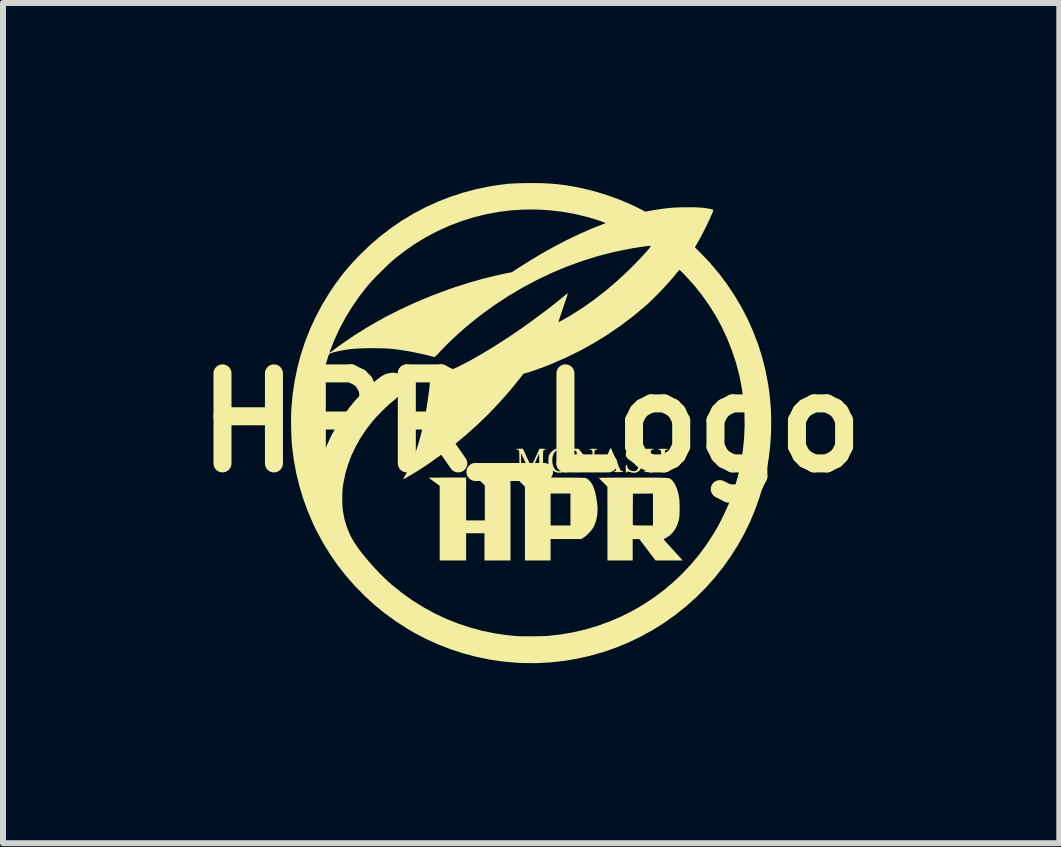
<source format=kicad_pcb>
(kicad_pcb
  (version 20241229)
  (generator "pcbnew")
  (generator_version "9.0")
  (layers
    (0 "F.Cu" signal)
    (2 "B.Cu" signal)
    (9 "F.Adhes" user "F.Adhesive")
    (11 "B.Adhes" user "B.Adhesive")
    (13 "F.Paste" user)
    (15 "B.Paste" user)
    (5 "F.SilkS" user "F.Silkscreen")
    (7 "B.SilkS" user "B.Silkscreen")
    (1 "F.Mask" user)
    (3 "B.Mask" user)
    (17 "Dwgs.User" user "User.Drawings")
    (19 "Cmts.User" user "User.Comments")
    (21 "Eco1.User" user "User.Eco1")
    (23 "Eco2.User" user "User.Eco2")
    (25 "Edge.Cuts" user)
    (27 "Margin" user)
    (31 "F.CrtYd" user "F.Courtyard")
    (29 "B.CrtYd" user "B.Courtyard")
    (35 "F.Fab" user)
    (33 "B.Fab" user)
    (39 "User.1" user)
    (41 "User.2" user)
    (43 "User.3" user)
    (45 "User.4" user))
  (footprint "HPR_Logo"
    (layer "F.Cu")
    (at 5.8 3.993)
    (property "Reference" "HPR_Logo" (at 0 0 0) (layer "F.SilkS") (effects (font (size 1.5 1.5) (thickness 0.3))))
    (attr board_only exclude_from_pos_files exclude_from_bom)
    (fp_poly (pts (xy -1.083 1.271) (xy -1.083 1.628) (xy -0.927 1.628) (xy -0.772 1.628) (xy -0.772 1.338) (xy -0.772 1.047) (xy -0.838 0.981) (xy -0.904 0.914) (xy -0.624 0.914) (xy -0.344 0.914) (xy -0.344 1.605) (xy -0.344 2.296) (xy -0.561 2.296) (xy -0.778 2.296) (xy -0.778 2.069) (xy -0.778 1.842) (xy -0.931 1.842) (xy -1.083 1.842) (xy -1.083 2.069) (xy -1.083 2.296) (xy -1.303 2.296) (xy -1.524 2.296) (xy -1.524 1.673) (xy -1.524 1.051) (xy -1.615 0.986) (xy -1.644 0.964) (xy -1.67 0.945) (xy -1.69 0.93) (xy -1.702 0.92) (xy -1.705 0.917) (xy -1.699 0.917) (xy -1.681 0.916) (xy -1.653 0.916) (xy -1.615 0.915) (xy -1.569 0.915) (xy -1.517 0.915) (xy -1.459 0.914) (xy -1.397 0.914) (xy -1.394 0.914) (xy -1.083 0.914)) (stroke (width 0) (type solid)) (fill yes) (layer "F.SilkS"))
    (fp_poly (pts (xy 0.53 0.432) (xy 0.571 0.45) (xy 0.608 0.478) (xy 0.635 0.51) (xy 0.652 0.543) (xy 0.662 0.58) (xy 0.665 0.626) (xy 0.664 0.657) (xy 0.662 0.68) (xy 0.657 0.699) (xy 0.648 0.719) (xy 0.648 0.72) (xy 0.623 0.76) (xy 0.59 0.794) (xy 0.555 0.817) (xy 0.524 0.827) (xy 0.488 0.833) (xy 0.451 0.833) (xy 0.425 0.83) (xy 0.387 0.814) (xy 0.352 0.789) (xy 0.321 0.756) (xy 0.3 0.718) (xy 0.295 0.706) (xy 0.289 0.677) (xy 0.286 0.642) (xy 0.287 0.611) (xy 0.352 0.611) (xy 0.353 0.657) (xy 0.361 0.701) (xy 0.375 0.741) (xy 0.394 0.773) (xy 0.403 0.783) (xy 0.433 0.802) (xy 0.466 0.81) (xy 0.502 0.807) (xy 0.525 0.798) (xy 0.554 0.778) (xy 0.574 0.751) (xy 0.588 0.716) (xy 0.595 0.672) (xy 0.595 0.62) (xy 0.59 0.565) (xy 0.578 0.522) (xy 0.56 0.488) (xy 0.534 0.465) (xy 0.502 0.452) (xy 0.494 0.45) (xy 0.458 0.449) (xy 0.425 0.46) (xy 0.397 0.483) (xy 0.375 0.515) (xy 0.371 0.524) (xy 0.358 0.565) (xy 0.352 0.611) (xy 0.287 0.611) (xy 0.287 0.605) (xy 0.291 0.571) (xy 0.298 0.543) (xy 0.3 0.537) (xy 0.327 0.496) (xy 0.361 0.464) (xy 0.4 0.441) (xy 0.442 0.428) (xy 0.486 0.424)) (stroke (width 0) (type solid)) (fill yes) (layer "F.SilkS"))
    (fp_poly (pts (xy 0.425 0.914) (xy 0.518 0.915) (xy 0.6 0.915) (xy 0.671 0.915) (xy 0.731 0.916) (xy 0.782 0.916) (xy 0.823 0.917) (xy 0.856 0.918) (xy 0.88 0.919) (xy 0.898 0.92) (xy 0.908 0.922) (xy 0.91 0.922) (xy 0.938 0.936) (xy 0.967 0.96) (xy 0.994 0.992) (xy 1.019 1.029) (xy 1.027 1.045) (xy 1.05 1.102) (xy 1.07 1.171) (xy 1.086 1.25) (xy 1.099 1.337) (xy 1.106 1.408) (xy 1.106 1.477) (xy 1.099 1.548) (xy 1.085 1.619) (xy 1.064 1.685) (xy 1.037 1.744) (xy 1.033 1.751) (xy 1.013 1.781) (xy 0.985 1.814) (xy 0.954 1.848) (xy 0.921 1.879) (xy 0.89 1.904) (xy 0.869 1.918) (xy 0.833 1.939) (xy 0.579 1.939) (xy 0.324 1.939) (xy 0.324 2.117) (xy 0.324 2.296) (xy 0.11 2.296) (xy -0.104 2.296) (xy -0.104 1.681) (xy -0.104 1.18) (xy 0.324 1.18) (xy 0.324 1.446) (xy 0.324 1.712) (xy 0.49 1.712) (xy 0.655 1.712) (xy 0.655 1.446) (xy 0.655 1.18) (xy 0.49 1.18) (xy 0.324 1.18) (xy -0.104 1.18) (xy -0.104 1.066) (xy -0.175 0.995) (xy -0.2 0.971) (xy -0.22 0.949) (xy -0.236 0.932) (xy -0.245 0.922) (xy -0.246 0.919) (xy -0.24 0.919) (xy -0.222 0.918) (xy -0.192 0.917) (xy -0.153 0.917) (xy -0.104 0.916) (xy -0.046 0.916) (xy 0.018 0.915) (xy 0.089 0.915) (xy 0.166 0.915) (xy 0.247 0.914) (xy 0.319 0.914)) (stroke (width 0) (type solid)) (fill yes) (layer "F.SilkS"))
    (fp_poly (pts (xy 1.807 0.428) (xy 1.808 0.444) (xy 1.809 0.468) (xy 1.809 0.493) (xy 1.809 0.521) (xy 1.808 0.545) (xy 1.806 0.56) (xy 1.804 0.564) (xy 1.799 0.558) (xy 1.794 0.544) (xy 1.791 0.533) (xy 1.778 0.503) (xy 1.759 0.479) (xy 1.735 0.463) (xy 1.708 0.453) (xy 1.682 0.451) (xy 1.658 0.458) (xy 1.638 0.475) (xy 1.631 0.485) (xy 1.625 0.505) (xy 1.629 0.523) (xy 1.642 0.542) (xy 1.665 0.562) (xy 1.701 0.585) (xy 1.717 0.594) (xy 1.758 0.618) (xy 1.789 0.639) (xy 1.811 0.658) (xy 1.825 0.677) (xy 1.832 0.698) (xy 1.835 0.721) (xy 1.835 0.728) (xy 1.829 0.761) (xy 1.812 0.79) (xy 1.786 0.813) (xy 1.753 0.829) (xy 1.733 0.834) (xy 1.707 0.835) (xy 1.676 0.83) (xy 1.656 0.825) (xy 1.631 0.818) (xy 1.616 0.815) (xy 1.607 0.816) (xy 1.601 0.819) (xy 1.596 0.824) (xy 1.586 0.832) (xy 1.58 0.832) (xy 1.578 0.824) (xy 1.577 0.806) (xy 1.576 0.782) (xy 1.576 0.764) (xy 1.576 0.733) (xy 1.578 0.713) (xy 1.581 0.703) (xy 1.584 0.7) (xy 1.591 0.706) (xy 1.597 0.721) (xy 1.601 0.73) (xy 1.616 0.763) (xy 1.64 0.788) (xy 1.675 0.804) (xy 1.676 0.804) (xy 1.71 0.808) (xy 1.74 0.802) (xy 1.765 0.786) (xy 1.77 0.78) (xy 1.781 0.759) (xy 1.782 0.738) (xy 1.771 0.717) (xy 1.748 0.694) (xy 1.713 0.669) (xy 1.692 0.657) (xy 1.65 0.631) (xy 1.619 0.608) (xy 1.597 0.587) (xy 1.583 0.566) (xy 1.577 0.544) (xy 1.576 0.528) (xy 1.581 0.493) (xy 1.597 0.465) (xy 1.622 0.443) (xy 1.653 0.429) (xy 1.689 0.425) (xy 1.729 0.43) (xy 1.741 0.434) (xy 1.763 0.441) (xy 1.775 0.444) (xy 1.783 0.442) (xy 1.789 0.437) (xy 1.791 0.434) (xy 1.8 0.425) (xy 1.805 0.421)) (stroke (width 0) (type solid)) (fill yes) (layer "F.SilkS"))
    (fp_poly (pts (xy 1.33 0.426) (xy 1.334 0.433) (xy 1.342 0.451) (xy 1.353 0.477) (xy 1.368 0.511) (xy 1.385 0.55) (xy 1.403 0.594) (xy 1.407 0.603) (xy 1.426 0.648) (xy 1.444 0.689) (xy 1.46 0.726) (xy 1.473 0.756) (xy 1.483 0.777) (xy 1.488 0.789) (xy 1.489 0.79) (xy 1.502 0.802) (xy 1.518 0.808) (xy 1.534 0.813) (xy 1.537 0.816) (xy 1.529 0.82) (xy 1.51 0.822) (xy 1.481 0.823) (xy 1.456 0.824) (xy 1.42 0.823) (xy 1.394 0.821) (xy 1.378 0.819) (xy 1.374 0.815) (xy 1.382 0.811) (xy 1.395 0.808) (xy 1.408 0.804) (xy 1.413 0.798) (xy 1.412 0.784) (xy 1.412 0.78) (xy 1.407 0.759) (xy 1.399 0.734) (xy 1.395 0.725) (xy 1.382 0.694) (xy 1.308 0.694) (xy 1.234 0.694) (xy 1.216 0.74) (xy 1.205 0.769) (xy 1.202 0.789) (xy 1.207 0.801) (xy 1.219 0.808) (xy 1.228 0.809) (xy 1.241 0.813) (xy 1.245 0.817) (xy 1.239 0.82) (xy 1.223 0.822) (xy 1.199 0.823) (xy 1.18 0.824) (xy 1.153 0.823) (xy 1.131 0.822) (xy 1.118 0.819) (xy 1.115 0.818) (xy 1.121 0.812) (xy 1.131 0.808) (xy 1.146 0.8) (xy 1.159 0.786) (xy 1.165 0.776) (xy 1.175 0.755) (xy 1.188 0.726) (xy 1.204 0.69) (xy 1.214 0.668) (xy 1.246 0.668) (xy 1.307 0.668) (xy 1.334 0.668) (xy 1.354 0.667) (xy 1.366 0.665) (xy 1.368 0.664) (xy 1.366 0.656) (xy 1.359 0.64) (xy 1.35 0.618) (xy 1.34 0.593) (xy 1.33 0.569) (xy 1.32 0.548) (xy 1.314 0.534) (xy 1.311 0.529) (xy 1.307 0.534) (xy 1.299 0.548) (xy 1.289 0.57) (xy 1.276 0.597) (xy 1.276 0.597) (xy 1.246 0.668) (xy 1.214 0.668) (xy 1.222 0.649) (xy 1.241 0.605) (xy 1.242 0.603) (xy 1.264 0.551) (xy 1.282 0.51) (xy 1.296 0.478) (xy 1.306 0.455) (xy 1.314 0.439) (xy 1.32 0.43) (xy 1.324 0.425) (xy 1.327 0.424)) (stroke (width 0) (type solid)) (fill yes) (layer "F.SilkS"))
    (fp_poly (pts (xy 0.906 0.577) (xy 1.021 0.719) (xy 1.023 0.598) (xy 1.024 0.55) (xy 1.023 0.513) (xy 1.021 0.486) (xy 1.017 0.468) (xy 1.011 0.456) (xy 1.003 0.45) (xy 0.992 0.448) (xy 0.986 0.447) (xy 0.972 0.446) (xy 0.966 0.441) (xy 0.966 0.441) (xy 0.972 0.438) (xy 0.99 0.436) (xy 1.017 0.435) (xy 1.038 0.434) (xy 1.067 0.435) (xy 1.09 0.436) (xy 1.105 0.438) (xy 1.109 0.441) (xy 1.103 0.445) (xy 1.089 0.448) (xy 1.088 0.449) (xy 1.078 0.45) (xy 1.069 0.454) (xy 1.063 0.46) (xy 1.058 0.472) (xy 1.055 0.489) (xy 1.053 0.514) (xy 1.051 0.547) (xy 1.051 0.59) (xy 1.051 0.644) (xy 1.051 0.657) (xy 1.05 0.702) (xy 1.05 0.744) (xy 1.049 0.779) (xy 1.048 0.806) (xy 1.047 0.824) (xy 1.045 0.83) (xy 1.045 0.83) (xy 1.038 0.826) (xy 1.026 0.815) (xy 1.024 0.812) (xy 1.015 0.802) (xy 1 0.784) (xy 0.979 0.759) (xy 0.954 0.728) (xy 0.926 0.694) (xy 0.905 0.668) (xy 0.876 0.633) (xy 0.85 0.601) (xy 0.827 0.573) (xy 0.809 0.551) (xy 0.798 0.537) (xy 0.793 0.532) (xy 0.79 0.53) (xy 0.788 0.534) (xy 0.787 0.545) (xy 0.786 0.563) (xy 0.785 0.591) (xy 0.785 0.63) (xy 0.785 0.656) (xy 0.785 0.705) (xy 0.785 0.742) (xy 0.787 0.769) (xy 0.79 0.788) (xy 0.795 0.8) (xy 0.802 0.807) (xy 0.811 0.81) (xy 0.823 0.811) (xy 0.824 0.811) (xy 0.837 0.812) (xy 0.843 0.817) (xy 0.837 0.82) (xy 0.819 0.822) (xy 0.792 0.823) (xy 0.772 0.824) (xy 0.742 0.823) (xy 0.719 0.822) (xy 0.704 0.82) (xy 0.7 0.817) (xy 0.706 0.813) (xy 0.72 0.81) (xy 0.721 0.809) (xy 0.732 0.807) (xy 0.741 0.803) (xy 0.748 0.795) (xy 0.752 0.782) (xy 0.755 0.762) (xy 0.757 0.734) (xy 0.758 0.696) (xy 0.759 0.647) (xy 0.759 0.632) (xy 0.759 0.489) (xy 0.741 0.471) (xy 0.723 0.459) (xy 0.703 0.45) (xy 0.702 0.45) (xy 0.685 0.445) (xy 0.681 0.441) (xy 0.688 0.438) (xy 0.706 0.435) (xy 0.733 0.434) (xy 0.735 0.434) (xy 0.79 0.434)) (stroke (width 0) (type solid)) (fill yes) (layer "F.SilkS"))
    (fp_poly (pts (xy 1.798 0.915) (xy 1.888 0.915) (xy 1.965 0.915) (xy 2.033 0.915) (xy 2.09 0.915) (xy 2.139 0.916) (xy 2.18 0.917) (xy 2.214 0.918) (xy 2.241 0.919) (xy 2.263 0.921) (xy 2.281 0.924) (xy 2.295 0.926) (xy 2.305 0.929) (xy 2.314 0.933) (xy 2.322 0.938) (xy 2.329 0.943) (xy 2.336 0.948) (xy 2.337 0.949) (xy 2.364 0.976) (xy 2.39 1.015) (xy 2.414 1.063) (xy 2.435 1.119) (xy 2.452 1.181) (xy 2.462 1.226) (xy 2.467 1.262) (xy 2.471 1.306) (xy 2.473 1.357) (xy 2.474 1.41) (xy 2.474 1.463) (xy 2.473 1.514) (xy 2.47 1.559) (xy 2.466 1.597) (xy 2.461 1.621) (xy 2.436 1.699) (xy 2.403 1.768) (xy 2.362 1.827) (xy 2.313 1.876) (xy 2.257 1.914) (xy 2.246 1.92) (xy 2.225 1.931) (xy 2.213 1.938) (xy 2.21 1.944) (xy 2.212 1.95) (xy 2.216 1.954) (xy 2.223 1.962) (xy 2.238 1.979) (xy 2.259 2.002) (xy 2.285 2.031) (xy 2.316 2.064) (xy 2.349 2.101) (xy 2.364 2.117) (xy 2.398 2.155) (xy 2.43 2.19) (xy 2.458 2.221) (xy 2.482 2.247) (xy 2.499 2.267) (xy 2.51 2.279) (xy 2.512 2.281) (xy 2.525 2.296) (xy 2.298 2.295) (xy 2.072 2.295) (xy 1.937 2.117) (xy 1.802 1.939) (xy 1.747 1.939) (xy 1.692 1.939) (xy 1.692 2.117) (xy 1.692 2.296) (xy 1.482 2.296) (xy 1.271 2.296) (xy 1.271 1.681) (xy 1.271 1.549) (xy 1.694 1.549) (xy 1.694 1.596) (xy 1.694 1.637) (xy 1.694 1.669) (xy 1.695 1.691) (xy 1.695 1.703) (xy 1.695 1.704) (xy 1.7 1.706) (xy 1.71 1.708) (xy 1.729 1.71) (xy 1.757 1.711) (xy 1.795 1.712) (xy 1.844 1.712) (xy 1.864 1.712) (xy 2.03 1.712) (xy 2.03 1.446) (xy 2.03 1.18) (xy 1.863 1.182) (xy 1.696 1.183) (xy 1.694 1.44) (xy 1.694 1.496) (xy 1.694 1.549) (xy 1.271 1.549) (xy 1.271 1.066) (xy 1.2 0.995) (xy 1.175 0.971) (xy 1.154 0.949) (xy 1.139 0.932) (xy 1.13 0.922) (xy 1.128 0.919) (xy 1.135 0.919) (xy 1.153 0.918) (xy 1.183 0.917) (xy 1.222 0.917) (xy 1.271 0.916) (xy 1.328 0.916) (xy 1.393 0.915) (xy 1.464 0.915) (xy 1.541 0.915) (xy 1.622 0.915) (xy 1.697 0.915)) (stroke (width 0) (type solid)) (fill yes) (layer "F.SilkS"))
    (fp_poly (pts (xy 2.234 0.435) (xy 2.261 0.436) (xy 2.278 0.438) (xy 2.283 0.441) (xy 2.277 0.446) (xy 2.268 0.447) (xy 2.25 0.451) (xy 2.24 0.457) (xy 2.236 0.46) (xy 2.233 0.466) (xy 2.231 0.475) (xy 2.229 0.489) (xy 2.228 0.509) (xy 2.227 0.538) (xy 2.226 0.577) (xy 2.226 0.62) (xy 2.225 0.674) (xy 2.225 0.717) (xy 2.226 0.749) (xy 2.229 0.773) (xy 2.232 0.789) (xy 2.237 0.799) (xy 2.245 0.805) (xy 2.254 0.808) (xy 2.262 0.809) (xy 2.276 0.812) (xy 2.283 0.817) (xy 2.283 0.817) (xy 2.276 0.82) (xy 2.259 0.822) (xy 2.234 0.823) (xy 2.202 0.824) (xy 2.198 0.824) (xy 2.162 0.823) (xy 2.135 0.822) (xy 2.119 0.82) (xy 2.114 0.817) (xy 2.119 0.812) (xy 2.127 0.811) (xy 2.144 0.807) (xy 2.153 0.804) (xy 2.159 0.8) (xy 2.162 0.793) (xy 2.164 0.782) (xy 2.165 0.763) (xy 2.166 0.734) (xy 2.166 0.716) (xy 2.166 0.635) (xy 2.078 0.635) (xy 1.991 0.635) (xy 1.991 0.712) (xy 1.991 0.75) (xy 1.994 0.777) (xy 1.999 0.795) (xy 2.007 0.805) (xy 2.019 0.81) (xy 2.032 0.811) (xy 2.045 0.813) (xy 2.049 0.817) (xy 2.043 0.82) (xy 2.025 0.822) (xy 1.997 0.823) (xy 1.962 0.824) (xy 1.925 0.823) (xy 1.897 0.822) (xy 1.88 0.82) (xy 1.874 0.817) (xy 1.88 0.812) (xy 1.893 0.811) (xy 1.905 0.81) (xy 1.914 0.807) (xy 1.921 0.8) (xy 1.925 0.788) (xy 1.929 0.769) (xy 1.931 0.743) (xy 1.932 0.707) (xy 1.932 0.66) (xy 1.932 0.629) (xy 1.932 0.576) (xy 1.932 0.534) (xy 1.93 0.502) (xy 1.928 0.479) (xy 1.923 0.464) (xy 1.918 0.454) (xy 1.91 0.449) (xy 1.9 0.448) (xy 1.893 0.447) (xy 1.88 0.446) (xy 1.874 0.441) (xy 1.88 0.438) (xy 1.898 0.436) (xy 1.927 0.435) (xy 1.962 0.434) (xy 1.999 0.435) (xy 2.026 0.436) (xy 2.044 0.438) (xy 2.049 0.441) (xy 2.044 0.446) (xy 2.031 0.447) (xy 2.015 0.449) (xy 2.004 0.456) (xy 1.997 0.469) (xy 1.993 0.491) (xy 1.991 0.523) (xy 1.991 0.544) (xy 1.991 0.616) (xy 2.078 0.616) (xy 2.166 0.616) (xy 2.166 0.542) (xy 2.166 0.51) (xy 2.165 0.487) (xy 2.162 0.473) (xy 2.159 0.464) (xy 2.154 0.458) (xy 2.139 0.45) (xy 2.128 0.447) (xy 2.117 0.445) (xy 2.114 0.441) (xy 2.12 0.438) (xy 2.138 0.436) (xy 2.166 0.435) (xy 2.198 0.434)) (stroke (width 0) (type solid)) (fill yes) (layer "F.SilkS"))
    (fp_poly (pts (xy -0.084 0.55) (xy -0.066 0.588) (xy -0.049 0.625) (xy -0.034 0.657) (xy -0.022 0.683) (xy -0.015 0.699) (xy 0.001 0.734) (xy 0.07 0.584) (xy 0.138 0.434) (xy 0.196 0.434) (xy 0.223 0.435) (xy 0.243 0.437) (xy 0.252 0.44) (xy 0.253 0.441) (xy 0.247 0.446) (xy 0.234 0.447) (xy 0.224 0.448) (xy 0.215 0.45) (xy 0.209 0.456) (xy 0.204 0.467) (xy 0.201 0.483) (xy 0.199 0.508) (xy 0.198 0.541) (xy 0.198 0.584) (xy 0.198 0.629) (xy 0.198 0.682) (xy 0.198 0.724) (xy 0.2 0.755) (xy 0.202 0.778) (xy 0.205 0.794) (xy 0.21 0.803) (xy 0.217 0.808) (xy 0.225 0.81) (xy 0.234 0.811) (xy 0.248 0.813) (xy 0.253 0.817) (xy 0.247 0.82) (xy 0.229 0.822) (xy 0.201 0.823) (xy 0.169 0.824) (xy 0.133 0.823) (xy 0.106 0.822) (xy 0.089 0.82) (xy 0.084 0.817) (xy 0.09 0.812) (xy 0.103 0.811) (xy 0.114 0.81) (xy 0.122 0.807) (xy 0.127 0.801) (xy 0.131 0.79) (xy 0.134 0.771) (xy 0.135 0.745) (xy 0.135 0.709) (xy 0.135 0.661) (xy 0.135 0.655) (xy 0.133 0.517) (xy 0.064 0.669) (xy 0.045 0.71) (xy 0.027 0.747) (xy 0.012 0.778) (xy -0.001 0.802) (xy -0.01 0.817) (xy -0.014 0.822) (xy -0.02 0.817) (xy -0.031 0.8) (xy -0.045 0.773) (xy -0.063 0.735) (xy -0.065 0.731) (xy -0.082 0.692) (xy -0.101 0.651) (xy -0.119 0.612) (xy -0.134 0.58) (xy -0.137 0.574) (xy -0.168 0.509) (xy -0.168 0.65) (xy -0.168 0.699) (xy -0.168 0.738) (xy -0.166 0.766) (xy -0.164 0.786) (xy -0.159 0.799) (xy -0.153 0.806) (xy -0.144 0.81) (xy -0.133 0.811) (xy -0.129 0.811) (xy -0.116 0.812) (xy -0.11 0.817) (xy -0.116 0.82) (xy -0.134 0.822) (xy -0.161 0.823) (xy -0.182 0.824) (xy -0.211 0.823) (xy -0.234 0.822) (xy -0.249 0.82) (xy -0.253 0.817) (xy -0.247 0.813) (xy -0.233 0.81) (xy -0.232 0.809) (xy -0.221 0.808) (xy -0.212 0.804) (xy -0.206 0.796) (xy -0.201 0.784) (xy -0.198 0.765) (xy -0.196 0.739) (xy -0.196 0.703) (xy -0.196 0.657) (xy -0.196 0.62) (xy -0.197 0.571) (xy -0.197 0.534) (xy -0.198 0.506) (xy -0.2 0.486) (xy -0.201 0.473) (xy -0.204 0.465) (xy -0.207 0.46) (xy -0.21 0.457) (xy -0.227 0.449) (xy -0.238 0.447) (xy -0.25 0.445) (xy -0.253 0.441) (xy -0.247 0.438) (xy -0.23 0.436) (xy -0.204 0.435) (xy -0.195 0.434) (xy -0.138 0.434)) (stroke (width 0) (type solid)) (fill yes) (layer "F.SilkS"))
    (fp_poly (pts (xy 0.197 -3.99) (xy 0.319 -3.984) (xy 0.436 -3.974) (xy 0.553 -3.96) (xy 0.671 -3.941) (xy 0.794 -3.918) (xy 0.833 -3.91) (xy 0.992 -3.872) (xy 1.154 -3.827) (xy 1.315 -3.774) (xy 1.474 -3.716) (xy 1.627 -3.652) (xy 1.771 -3.584) (xy 1.845 -3.546) (xy 1.872 -3.532) (xy 1.891 -3.524) (xy 1.904 -3.519) (xy 1.916 -3.519) (xy 1.929 -3.521) (xy 1.93 -3.521) (xy 1.96 -3.527) (xy 2.001 -3.535) (xy 2.049 -3.543) (xy 2.101 -3.551) (xy 2.156 -3.559) (xy 2.209 -3.567) (xy 2.259 -3.573) (xy 2.266 -3.574) (xy 2.318 -3.579) (xy 2.378 -3.584) (xy 2.444 -3.587) (xy 2.514 -3.589) (xy 2.585 -3.59) (xy 2.656 -3.59) (xy 2.723 -3.589) (xy 2.785 -3.586) (xy 2.839 -3.583) (xy 2.883 -3.579) (xy 2.889 -3.578) (xy 2.94 -3.57) (xy 2.98 -3.563) (xy 3.008 -3.556) (xy 3.026 -3.55) (xy 3.035 -3.544) (xy 3.036 -3.54) (xy 3.03 -3.521) (xy 3.019 -3.493) (xy 3.003 -3.456) (xy 2.984 -3.412) (xy 2.961 -3.364) (xy 2.936 -3.311) (xy 2.91 -3.257) (xy 2.883 -3.203) (xy 2.856 -3.15) (xy 2.829 -3.1) (xy 2.804 -3.055) (xy 2.788 -3.026) (xy 2.729 -2.923) (xy 2.832 -2.818) (xy 2.866 -2.783) (xy 2.901 -2.747) (xy 2.935 -2.712) (xy 2.964 -2.681) (xy 2.987 -2.656) (xy 2.99 -2.652) (xy 3.137 -2.477) (xy 3.273 -2.295) (xy 3.397 -2.107) (xy 3.511 -1.913) (xy 3.614 -1.713) (xy 3.704 -1.508) (xy 3.784 -1.299) (xy 3.851 -1.085) (xy 3.906 -0.868) (xy 3.948 -0.647) (xy 3.975 -0.456) (xy 3.993 -0.25) (xy 4 -0.041) (xy 3.997 0.169) (xy 3.984 0.376) (xy 3.962 0.571) (xy 3.923 0.793) (xy 3.873 1.013) (xy 3.81 1.228) (xy 3.736 1.438) (xy 3.651 1.644) (xy 3.554 1.844) (xy 3.446 2.038) (xy 3.327 2.226) (xy 3.198 2.407) (xy 3.06 2.581) (xy 2.911 2.748) (xy 2.752 2.907) (xy 2.585 3.057) (xy 2.408 3.198) (xy 2.223 3.33) (xy 2.208 3.34) (xy 2.016 3.46) (xy 1.819 3.568) (xy 1.616 3.665) (xy 1.408 3.75) (xy 1.197 3.823) (xy 0.981 3.884) (xy 0.762 3.933) (xy 0.541 3.97) (xy 0.318 3.994) (xy 0.093 4.006) (xy -0.134 4.005) (xy -0.237 4) (xy -0.462 3.98) (xy -0.685 3.948) (xy -0.906 3.903) (xy -1.124 3.846) (xy -1.338 3.776) (xy -1.548 3.695) (xy -1.754 3.602) (xy -1.954 3.497) (xy -2.065 3.432) (xy -2.255 3.309) (xy -2.437 3.177) (xy -2.612 3.035) (xy -2.777 2.883) (xy -2.935 2.723) (xy -3.082 2.555) (xy -3.221 2.379) (xy -3.349 2.195) (xy -3.466 2.005) (xy -3.572 1.809) (xy -3.631 1.688) (xy -3.72 1.481) (xy -3.797 1.271) (xy -3.861 1.058) (xy -3.914 0.842) (xy -3.955 0.62) (xy -3.984 0.393) (xy -3.985 0.383) (xy -3.989 0.334) (xy -3.993 0.275) (xy -3.995 0.208) (xy -3.998 0.137) (xy -3.999 0.062) (xy -4 -0.011) (xy -4 -0.016) (xy -3.558 -0.016) (xy -3.555 0.171) (xy -3.543 0.331) (xy -3.539 0.37) (xy -3.535 0.412) (xy -3.529 0.457) (xy -3.524 0.5) (xy -3.518 0.541) (xy -3.513 0.576) (xy -3.508 0.604) (xy -3.505 0.622) (xy -3.504 0.625) (xy -3.501 0.624) (xy -3.494 0.612) (xy -3.484 0.588) (xy -3.472 0.553) (xy -3.47 0.547) (xy -3.405 0.377) (xy -3.328 0.211) (xy -3.238 0.05) (xy -3.137 -0.107) (xy -3.023 -0.26) (xy -2.957 -0.341) (xy -2.915 -0.388) (xy -2.866 -0.44) (xy -2.814 -0.493) (xy -2.759 -0.547) (xy -2.703 -0.599) (xy -2.648 -0.649) (xy -2.595 -0.695) (xy -2.547 -0.734) (xy -2.505 -0.766) (xy -2.486 -0.779) (xy -2.431 -0.808) (xy -2.37 -0.826) (xy -2.307 -0.833) (xy -2.304 -0.833) (xy -2.275 -0.832) (xy -2.254 -0.829) (xy -2.235 -0.824) (xy -2.212 -0.813) (xy -2.207 -0.81) (xy -2.178 -0.794) (xy -2.158 -0.777) (xy -2.142 -0.757) (xy -2.12 -0.714) (xy -2.111 -0.667) (xy -2.112 -0.618) (xy -2.125 -0.568) (xy -2.149 -0.518) (xy -2.184 -0.47) (xy -2.208 -0.444) (xy -2.232 -0.421) (xy -2.262 -0.394) (xy -2.295 -0.366) (xy -2.318 -0.347) (xy -2.354 -0.317) (xy -2.396 -0.279) (xy -2.442 -0.235) (xy -2.489 -0.189) (xy -2.536 -0.141) (xy -2.58 -0.095) (xy -2.618 -0.053) (xy -2.643 -0.024) (xy -2.749 0.113) (xy -2.843 0.254) (xy -2.924 0.399) (xy -2.994 0.546) (xy -3.051 0.697) (xy -3.096 0.85) (xy -3.128 1.005) (xy -3.136 1.057) (xy -3.142 1.111) (xy -3.146 1.173) (xy -3.147 1.24) (xy -3.147 1.308) (xy -3.145 1.373) (xy -3.141 1.433) (xy -3.136 1.474) (xy -3.111 1.606) (xy -3.073 1.733) (xy -3.024 1.855) (xy -3.007 1.89) (xy -2.973 1.952) (xy -2.93 2.02) (xy -2.879 2.094) (xy -2.821 2.171) (xy -2.757 2.25) (xy -2.688 2.331) (xy -2.616 2.412) (xy -2.542 2.491) (xy -2.466 2.567) (xy -2.39 2.639) (xy -2.325 2.697) (xy -2.157 2.832) (xy -1.983 2.957) (xy -1.802 3.071) (xy -1.615 3.174) (xy -1.423 3.265) (xy -1.225 3.344) (xy -1.023 3.411) (xy -0.817 3.467) (xy -0.607 3.51) (xy -0.393 3.541) (xy -0.24 3.556) (xy -0.214 3.557) (xy -0.178 3.558) (xy -0.133 3.558) (xy -0.082 3.559) (xy -0.027 3.559) (xy 0.029 3.559) (xy 0.085 3.558) (xy 0.138 3.557) (xy 0.186 3.556) (xy 0.227 3.555) (xy 0.257 3.554) (xy 0.266 3.553) (xy 0.48 3.53) (xy 0.691 3.494) (xy 0.898 3.447) (xy 1.1 3.387) (xy 1.298 3.316) (xy 1.49 3.234) (xy 1.677 3.141) (xy 1.858 3.037) (xy 2.033 2.922) (xy 2.201 2.798) (xy 2.361 2.663) (xy 2.514 2.519) (xy 2.659 2.366) (xy 2.795 2.203) (xy 2.922 2.031) (xy 3.039 1.851) (xy 3.083 1.777) (xy 3.115 1.72) (xy 3.15 1.655) (xy 3.186 1.584) (xy 3.221 1.51) (xy 3.254 1.438) (xy 3.284 1.37) (xy 3.309 1.31) (xy 3.309 1.31) (xy 3.382 1.107) (xy 3.442 0.902) (xy 3.49 0.694) (xy 3.525 0.484) (xy 3.547 0.273) (xy 3.557 0.06) (xy 3.554 -0.152) (xy 3.538 -0.364) (xy 3.51 -0.576) (xy 3.469 -0.787) (xy 3.466 -0.798) (xy 3.412 -1.002) (xy 3.346 -1.202) (xy 3.268 -1.398) (xy 3.179 -1.59) (xy 3.079 -1.775) (xy 2.967 -1.955) (xy 2.845 -2.127) (xy 2.714 -2.292) (xy 2.572 -2.448) (xy 2.564 -2.457) (xy 2.536 -2.485) (xy 2.512 -2.51) (xy 2.492 -2.529) (xy 2.478 -2.543) (xy 2.472 -2.548) (xy 2.472 -2.548) (xy 2.466 -2.543) (xy 2.455 -2.53) (xy 2.438 -2.51) (xy 2.419 -2.486) (xy 2.417 -2.484) (xy 2.36 -2.414) (xy 2.295 -2.34) (xy 2.224 -2.262) (xy 2.15 -2.183) (xy 2.073 -2.105) (xy 1.998 -2.031) (xy 1.925 -1.963) (xy 1.89 -1.933) (xy 1.692 -1.768) (xy 1.485 -1.612) (xy 1.269 -1.465) (xy 1.046 -1.327) (xy 0.816 -1.2) (xy 0.579 -1.084) (xy 0.337 -0.978) (xy 0.311 -0.968) (xy 0.254 -0.945) (xy 0.194 -0.922) (xy 0.132 -0.9) (xy 0.072 -0.878) (xy 0.015 -0.859) (xy -0.034 -0.842) (xy -0.075 -0.83) (xy -0.076 -0.83) (xy -0.129 -0.815) (xy -0.189 -0.737) (xy -0.351 -0.537) (xy -0.524 -0.341) (xy -0.707 -0.149) (xy -0.899 0.037) (xy -1.099 0.216) (xy -1.305 0.387) (xy -1.517 0.548) (xy -1.732 0.7) (xy -1.855 0.78) (xy -1.894 0.805) (xy -1.935 0.83) (xy -1.976 0.855) (xy -2.015 0.878) (xy -2.05 0.899) (xy -2.081 0.916) (xy -2.106 0.93) (xy -2.122 0.938) (xy -2.128 0.94) (xy -2.132 0.936) (xy -2.131 0.935) (xy -2.091 0.864) (xy -2.056 0.8) (xy -2.025 0.738) (xy -1.997 0.677) (xy -1.97 0.612) (xy -1.955 0.574) (xy -1.914 0.459) (xy -1.874 0.333) (xy -1.837 0.198) (xy -1.803 0.055) (xy -1.771 -0.093) (xy -1.743 -0.246) (xy -1.719 -0.4) (xy -1.699 -0.554) (xy -1.696 -0.584) (xy -1.692 -0.62) (xy -1.688 -0.656) (xy -1.685 -0.686) (xy -1.683 -0.708) (xy -1.682 -0.712) (xy -1.678 -0.734) (xy -1.672 -0.745) (xy -1.67 -0.746) (xy -1.656 -0.748) (xy -1.632 -0.756) (xy -1.6 -0.768) (xy -1.56 -0.783) (xy -1.515 -0.801) (xy -1.465 -0.821) (xy -1.413 -0.844) (xy -1.36 -0.867) (xy -1.307 -0.89) (xy -1.256 -0.914) (xy -1.209 -0.936) (xy -1.173 -0.954) (xy -1.041 -1.022) (xy -0.902 -1.1) (xy -0.756 -1.185) (xy -0.606 -1.277) (xy -0.452 -1.376) (xy -0.296 -1.479) (xy -0.139 -1.587) (xy 0.017 -1.699) (xy 0.171 -1.813) (xy 0.323 -1.928) (xy 0.47 -2.045) (xy 0.535 -2.098) (xy 0.561 -2.119) (xy 0.584 -2.137) (xy 0.601 -2.151) (xy 0.611 -2.158) (xy 0.613 -2.159) (xy 0.611 -2.153) (xy 0.606 -2.137) (xy 0.598 -2.11) (xy 0.586 -2.075) (xy 0.573 -2.033) (xy 0.557 -1.986) (xy 0.539 -1.934) (xy 0.535 -1.919) (xy 0.517 -1.866) (xy 0.5 -1.817) (xy 0.486 -1.773) (xy 0.473 -1.736) (xy 0.464 -1.706) (xy 0.457 -1.686) (xy 0.454 -1.676) (xy 0.454 -1.676) (xy 0.459 -1.677) (xy 0.474 -1.684) (xy 0.498 -1.696) (xy 0.528 -1.713) (xy 0.564 -1.733) (xy 0.604 -1.756) (xy 0.647 -1.781) (xy 0.665 -1.792) (xy 0.858 -1.914) (xy 1.049 -2.049) (xy 1.239 -2.196) (xy 1.425 -2.355) (xy 1.609 -2.525) (xy 1.686 -2.601) (xy 1.726 -2.641) (xy 1.767 -2.683) (xy 1.807 -2.726) (xy 1.846 -2.767) (xy 1.882 -2.807) (xy 1.915 -2.843) (xy 1.943 -2.874) (xy 1.965 -2.901) (xy 1.981 -2.92) (xy 1.989 -2.932) (xy 1.989 -2.934) (xy 1.988 -2.944) (xy 1.986 -2.946) (xy 1.978 -2.946) (xy 1.958 -2.945) (xy 1.929 -2.942) (xy 1.893 -2.937) (xy 1.851 -2.931) (xy 1.805 -2.925) (xy 1.757 -2.917) (xy 1.708 -2.909) (xy 1.661 -2.901) (xy 1.626 -2.895) (xy 1.365 -2.841) (xy 1.106 -2.774) (xy 0.85 -2.694) (xy 0.597 -2.602) (xy 0.348 -2.498) (xy 0.103 -2.382) (xy -0.138 -2.254) (xy -0.374 -2.114) (xy -0.605 -1.963) (xy -0.748 -1.862) (xy -0.864 -1.774) (xy -0.981 -1.681) (xy -1.097 -1.585) (xy -1.209 -1.486) (xy -1.316 -1.388) (xy -1.415 -1.291) (xy -1.505 -1.198) (xy -1.509 -1.193) (xy -1.542 -1.158) (xy -1.569 -1.13) (xy -1.591 -1.109) (xy -1.606 -1.096) (xy -1.613 -1.092) (xy -1.613 -1.093) (xy -1.636 -1.1) (xy -1.669 -1.109) (xy -1.711 -1.12) (xy -1.761 -1.132) (xy -1.814 -1.144) (xy -1.871 -1.156) (xy -1.929 -1.168) (xy -1.986 -1.18) (xy -2.04 -1.19) (xy -2.088 -1.198) (xy -2.114 -1.202) (xy -2.183 -1.213) (xy -2.244 -1.221) (xy -2.3 -1.228) (xy -2.353 -1.233) (xy -2.406 -1.236) (xy -2.461 -1.239) (xy -2.523 -1.24) (xy -2.592 -1.241) (xy -2.649 -1.241) (xy -2.75 -1.241) (xy -2.84 -1.238) (xy -2.922 -1.234) (xy -2.998 -1.227) (xy -3.069 -1.218) (xy -3.138 -1.207) (xy -3.208 -1.192) (xy -3.27 -1.178) (xy -3.307 -1.168) (xy -3.333 -1.16) (xy -3.351 -1.152) (xy -3.363 -1.142) (xy -3.371 -1.13) (xy -3.378 -1.114) (xy -3.38 -1.109) (xy -3.432 -0.94) (xy -3.475 -0.762) (xy -3.51 -0.58) (xy -3.535 -0.393) (xy -3.551 -0.204) (xy -3.558 -0.016) (xy -4 -0.016) (xy -4 -0.082) (xy -3.999 -0.148) (xy -3.997 -0.205) (xy -3.995 -0.24) (xy -3.974 -0.472) (xy -3.94 -0.699) (xy -3.894 -0.921) (xy -3.836 -1.139) (xy -3.827 -1.166) (xy -3.359 -1.166) (xy -3.354 -1.167) (xy -3.342 -1.175) (xy -3.323 -1.188) (xy -3.306 -1.202) (xy -3.28 -1.221) (xy -3.247 -1.245) (xy -3.212 -1.272) (xy -3.177 -1.297) (xy -3.171 -1.301) (xy -2.939 -1.46) (xy -2.697 -1.61) (xy -2.446 -1.752) (xy -2.186 -1.884) (xy -1.918 -2.008) (xy -1.641 -2.123) (xy -1.357 -2.228) (xy -1.252 -2.264) (xy -1.036 -2.332) (xy -0.825 -2.393) (xy -0.62 -2.444) (xy -0.446 -2.483) (xy -0.32 -2.508) (xy -0.217 -2.576) (xy -0.014 -2.704) (xy 0.19 -2.826) (xy 0.395 -2.94) (xy 0.599 -3.046) (xy 0.8 -3.142) (xy 0.997 -3.229) (xy 1.172 -3.298) (xy 1.199 -3.309) (xy 1.221 -3.318) (xy 1.235 -3.325) (xy 1.239 -3.328) (xy 1.233 -3.331) (xy 1.216 -3.338) (xy 1.191 -3.347) (xy 1.16 -3.358) (xy 1.123 -3.37) (xy 1.084 -3.383) (xy 1.043 -3.396) (xy 1.004 -3.408) (xy 0.967 -3.419) (xy 0.935 -3.428) (xy 0.931 -3.429) (xy 0.721 -3.479) (xy 0.51 -3.516) (xy 0.299 -3.54) (xy 0.088 -3.552) (xy -0.124 -3.551) (xy -0.334 -3.538) (xy -0.543 -3.512) (xy -0.75 -3.473) (xy -0.954 -3.423) (xy -1.156 -3.36) (xy -1.354 -3.285) (xy -1.549 -3.198) (xy -1.739 -3.098) (xy -1.771 -3.08) (xy -1.929 -2.984) (xy -2.085 -2.877) (xy -2.239 -2.758) (xy -2.286 -2.72) (xy -2.322 -2.689) (xy -2.365 -2.65) (xy -2.412 -2.605) (xy -2.462 -2.556) (xy -2.514 -2.505) (xy -2.565 -2.454) (xy -2.613 -2.404) (xy -2.657 -2.358) (xy -2.694 -2.316) (xy -2.721 -2.286) (xy -2.856 -2.114) (xy -2.978 -1.939) (xy -3.089 -1.759) (xy -3.188 -1.575) (xy -3.275 -1.385) (xy -3.327 -1.256) (xy -3.339 -1.225) (xy -3.349 -1.198) (xy -3.355 -1.178) (xy -3.359 -1.167) (xy -3.359 -1.166) (xy -3.827 -1.166) (xy -3.766 -1.353) (xy -3.684 -1.561) (xy -3.589 -1.765) (xy -3.483 -1.965) (xy -3.365 -2.159) (xy -3.348 -2.185) (xy -3.274 -2.294) (xy -3.202 -2.394) (xy -3.13 -2.488) (xy -3.054 -2.58) (xy -2.972 -2.672) (xy -2.883 -2.766) (xy -2.85 -2.8) (xy -2.685 -2.959) (xy -2.513 -3.107) (xy -2.334 -3.244) (xy -2.148 -3.371) (xy -1.955 -3.487) (xy -1.757 -3.591) (xy -1.553 -3.684) (xy -1.343 -3.765) (xy -1.129 -3.835) (xy -0.91 -3.893) (xy -0.688 -3.938) (xy -0.58 -3.955) (xy -0.516 -3.964) (xy -0.457 -3.972) (xy -0.401 -3.978) (xy -0.347 -3.983) (xy -0.29 -3.986) (xy -0.229 -3.989) (xy -0.16 -3.991) (xy -0.081 -3.992) (xy -0.07 -3.993) (xy 0.068 -3.993)) (stroke (width 0) (type solid)) (fill yes) (layer "F.SilkS")))
  (gr_rect
    (start -3 -3)
    (end 14.6 10.999)
    (stroke (width 0.1) (type default))
    (fill no)
    (layer "Edge.Cuts")))
</source>
